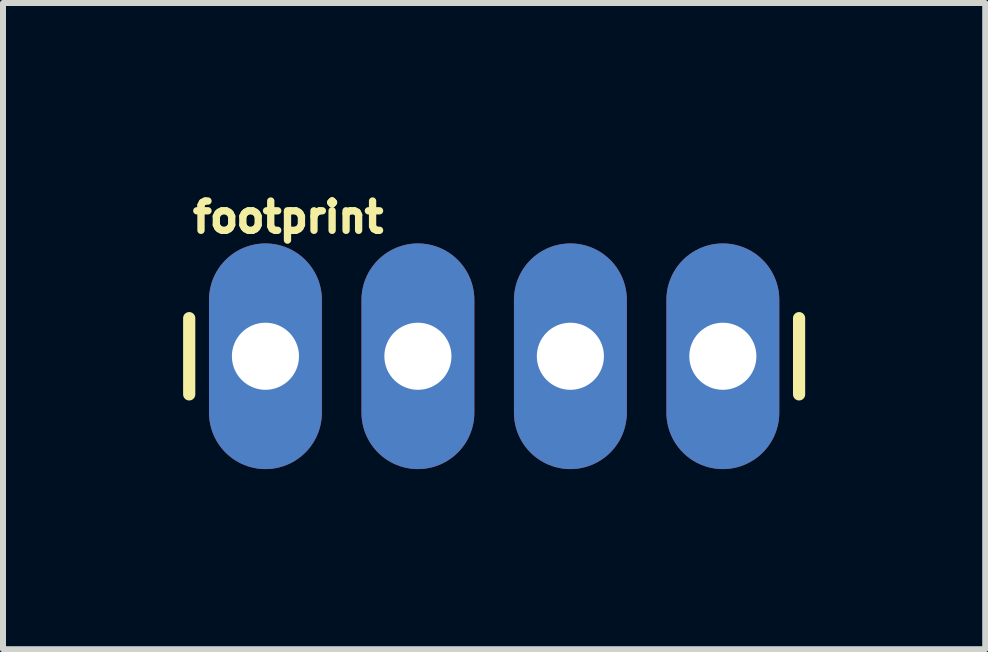
<source format=kicad_pcb>
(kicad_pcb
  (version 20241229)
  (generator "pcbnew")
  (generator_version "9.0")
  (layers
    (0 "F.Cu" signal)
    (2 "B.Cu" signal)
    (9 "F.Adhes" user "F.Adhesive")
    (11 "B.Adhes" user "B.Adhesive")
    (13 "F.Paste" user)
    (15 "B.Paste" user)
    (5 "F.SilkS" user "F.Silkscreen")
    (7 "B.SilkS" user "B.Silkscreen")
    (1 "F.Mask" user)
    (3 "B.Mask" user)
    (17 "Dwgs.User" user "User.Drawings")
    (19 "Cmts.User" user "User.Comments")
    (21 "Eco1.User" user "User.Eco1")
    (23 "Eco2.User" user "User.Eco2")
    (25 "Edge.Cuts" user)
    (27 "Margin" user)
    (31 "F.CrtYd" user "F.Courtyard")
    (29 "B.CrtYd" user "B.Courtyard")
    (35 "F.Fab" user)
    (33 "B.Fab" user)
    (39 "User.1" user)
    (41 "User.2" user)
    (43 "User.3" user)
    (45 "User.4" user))
  (footprint "footprint"
    (layer "F.Cu")
    (at 1.372 2.885)
    (property "Reference" "footprint" (at -1.27 -2.032 0) (layer "F.SilkS") (effects (font (size 0.488 0.488) (thickness 0.122)) (justify left bottom)))
    (fp_line (start -1.27 -0.635) (end -1.27 0.635) (stroke (width 0.203) (type solid)) (layer "F.SilkS"))
    (fp_line (start 8.89 -0.635) (end 8.89 0.635) (stroke (width 0.203) (type solid)) (layer "F.SilkS"))
    (fp_poly (pts (xy -0.254 0.254) (xy 0.254 0.254) (xy 0.254 -0.254) (xy -0.254 -0.254)) (stroke (width 0.1) (type solid)) (fill no) (layer "F.Fab"))
    (fp_poly (pts (xy 2.286 0.254) (xy 2.794 0.254) (xy 2.794 -0.254) (xy 2.286 -0.254)) (stroke (width 0.1) (type solid)) (fill no) (layer "F.Fab"))
    (fp_poly (pts (xy 4.826 0.254) (xy 5.334 0.254) (xy 5.334 -0.254) (xy 4.826 -0.254)) (stroke (width 0.1) (type solid)) (fill no) (layer "F.Fab"))
    (fp_poly (pts (xy 7.366 0.254) (xy 7.874 0.254) (xy 7.874 -0.254) (xy 7.366 -0.254)) (stroke (width 0.1) (type solid)) (fill no) (layer "F.Fab"))
    (pad "1" thru_hole oval (at 0 0 90) (size 3.759 1.88) (drill 1.118) (layers "*.Cu" "*.Mask"))
    (pad "2" thru_hole oval (at 2.54 0 90) (size 3.759 1.88) (drill 1.118) (layers "*.Cu" "*.Mask"))
    (pad "3" thru_hole oval (at 5.08 0 90) (size 3.759 1.88) (drill 1.118) (layers "*.Cu" "*.Mask"))
    (pad "4" thru_hole oval (at 7.62 0 90) (size 3.759 1.88) (drill 1.118) (layers "*.Cu" "*.Mask")))
  (gr_rect
    (start -3 -3)
    (end 13.363 7.765)
    (stroke (width 0.1) (type default))
    (fill no)
    (layer "Edge.Cuts")))
</source>
